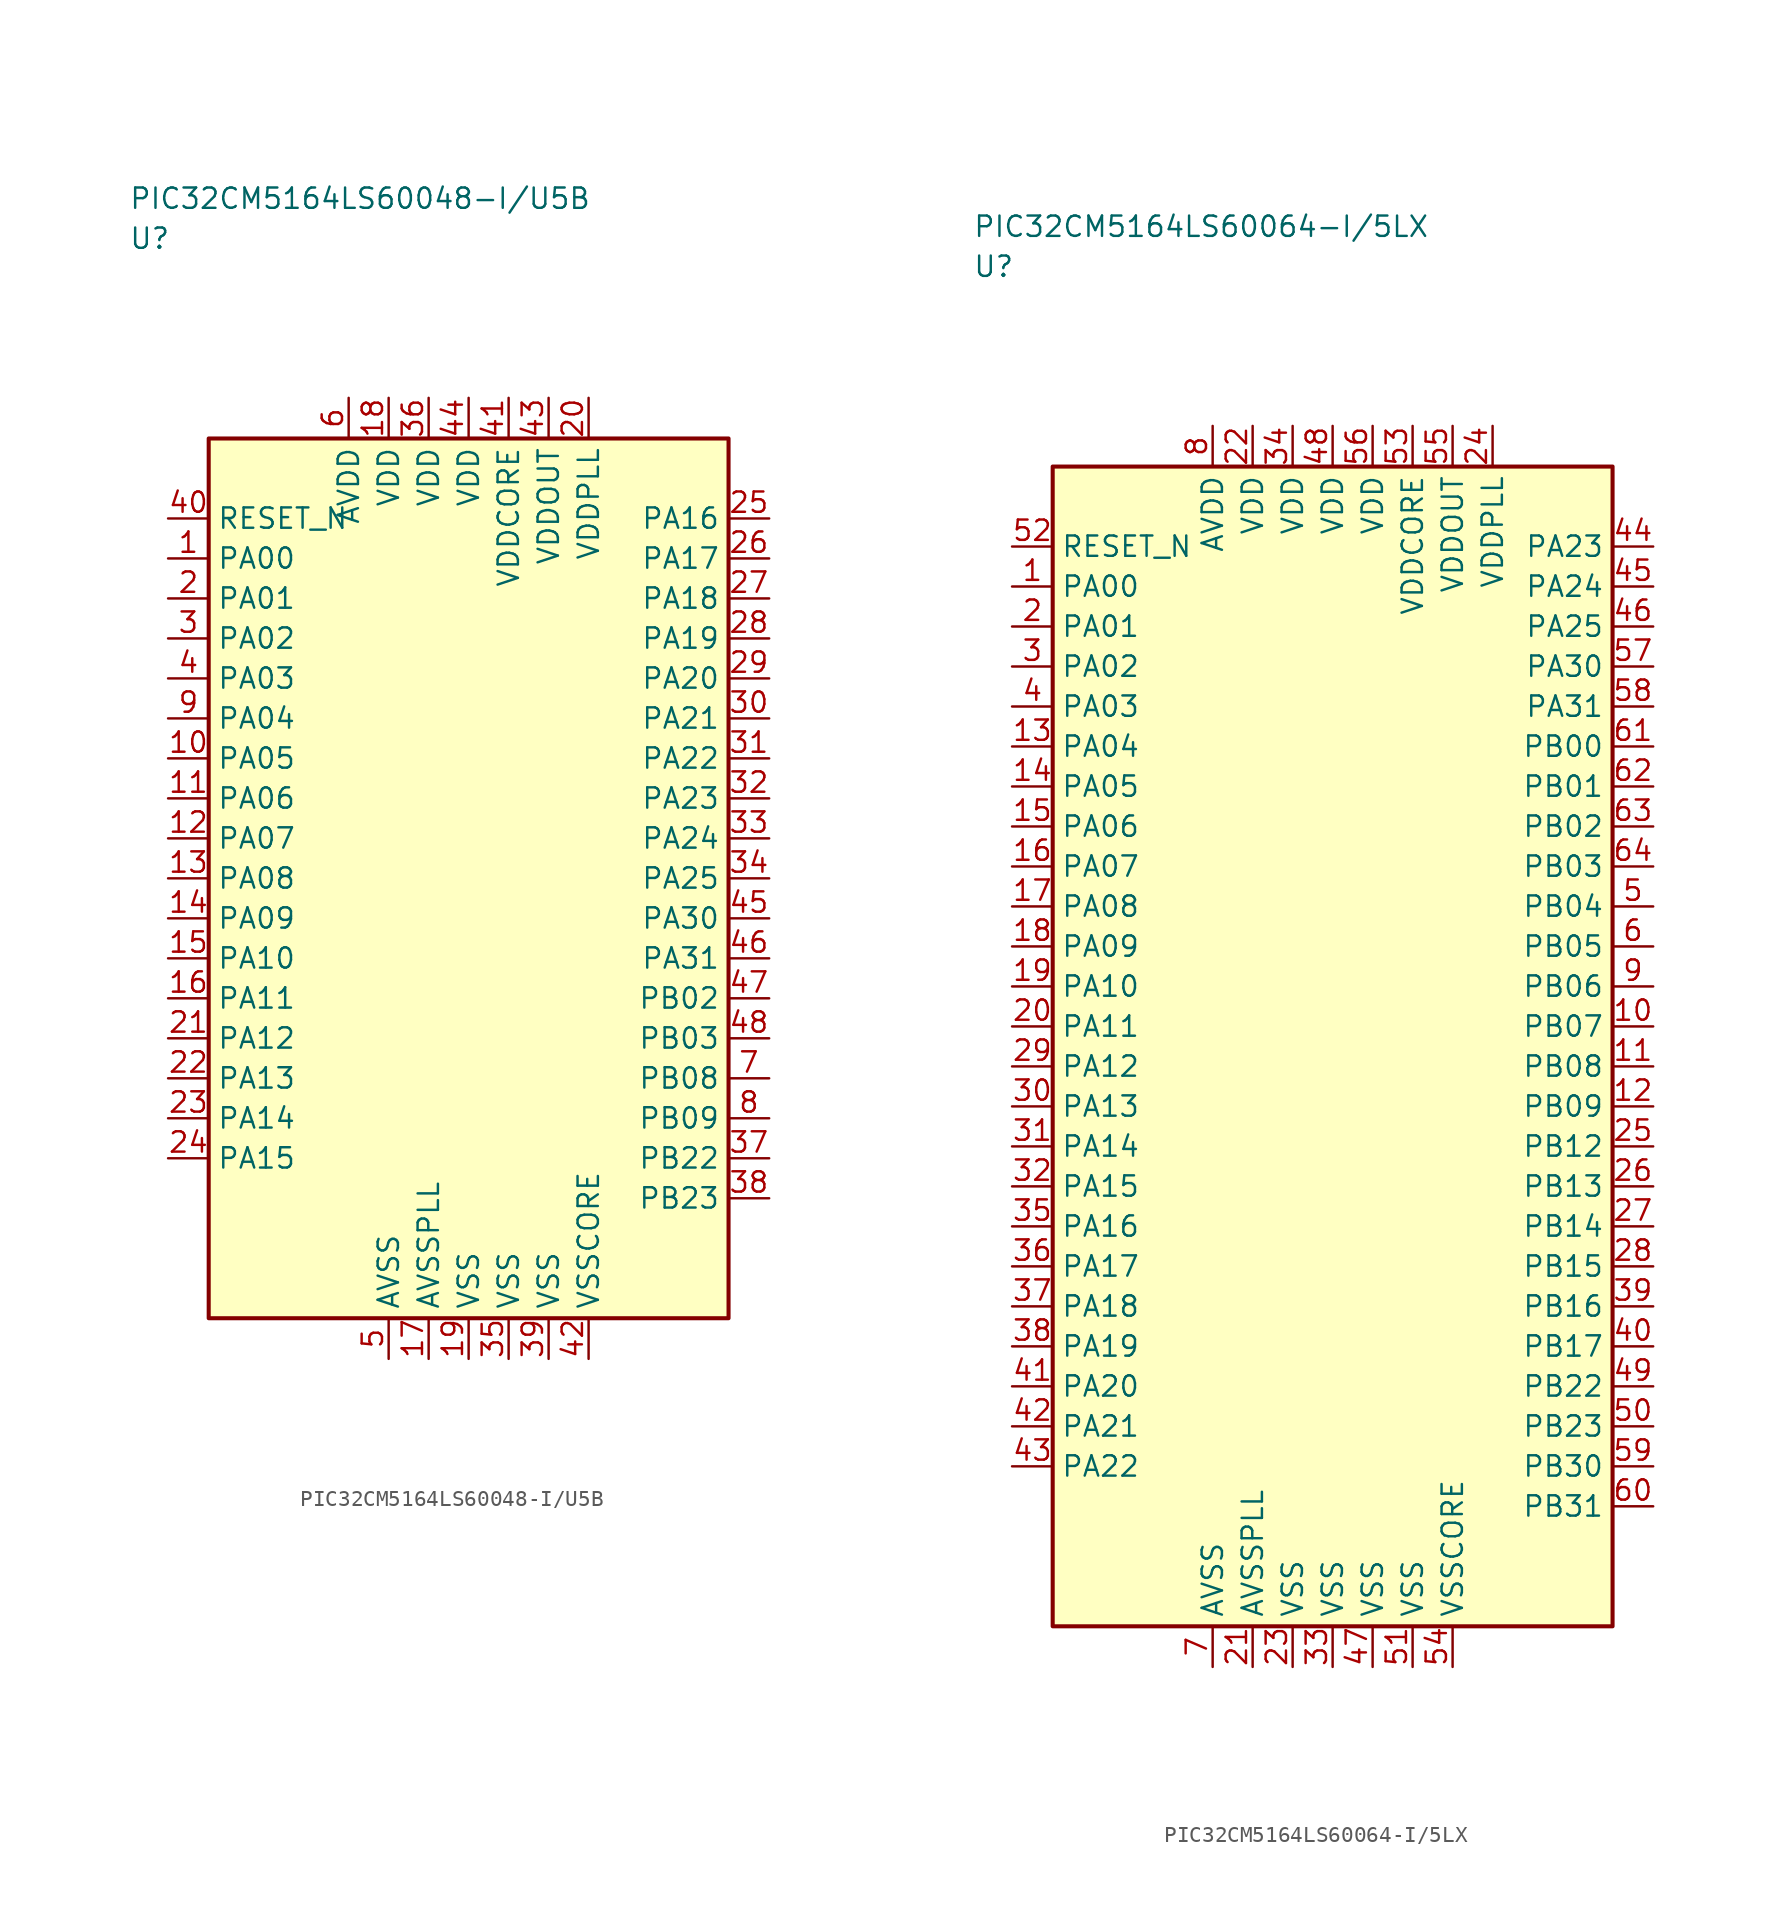
<source format=kicad_sym>
(kicad_symbol_lib
  (version 20241025)
  (generator "kicad_symbol_editor")
  (generator_version "8.0")
  (symbol "PIC32CM5164LS60048-I/U5B"
    (property "Reference" "U"
      (at -21.25 40.0 0)
      (effects (font (size 1.27 1.27)) (justify left)))
    (property "Value" "PIC32CM5164LS60048-I/U5B"
      (at -21.25 42.5 0)
      (effects (font (size 1.27 1.27)) (justify left)))
    (symbol "PIC32CM5164LS60048-I/U5B_0_1"
      (rectangle (start -16.25 27.5) (end 16.25 -27.5) (stroke (width 0.254) (type default)) (fill (type background))))
    (symbol "PIC32CM5164LS60048-I/U5B_1_1"
      (pin bidirectional line (at -18.79 20.0 0.0) (length 2.54) (name "PA00" (effects (font (size 1.27 1.27)))) (number "1" (effects (font (size 1.27 1.27)))))
      (pin bidirectional line (at -18.79 17.5 0.0) (length 2.54) (name "PA01" (effects (font (size 1.27 1.27)))) (number "2" (effects (font (size 1.27 1.27)))))
      (pin bidirectional line (at -18.79 15.0 0.0) (length 2.54) (name "PA02" (effects (font (size 1.27 1.27)))) (number "3" (effects (font (size 1.27 1.27)))))
      (pin bidirectional line (at -18.79 12.5 0.0) (length 2.54) (name "PA03" (effects (font (size 1.27 1.27)))) (number "4" (effects (font (size 1.27 1.27)))))
      (pin passive line (at -5.0 -30.04 90.0) (length 2.54) (name "AVSS" (effects (font (size 1.27 1.27)))) (number "5" (effects (font (size 1.27 1.27)))))
      (pin power_in line (at -7.5 30.04 270.0) (length 2.54) (name "AVDD" (effects (font (size 1.27 1.27)))) (number "6" (effects (font (size 1.27 1.27)))))
      (pin bidirectional line (at 18.79 -12.5 180.0) (length 2.54) (name "PB08" (effects (font (size 1.27 1.27)))) (number "7" (effects (font (size 1.27 1.27)))))
      (pin bidirectional line (at 18.79 -15.0 180.0) (length 2.54) (name "PB09" (effects (font (size 1.27 1.27)))) (number "8" (effects (font (size 1.27 1.27)))))
      (pin bidirectional line (at -18.79 10.0 0.0) (length 2.54) (name "PA04" (effects (font (size 1.27 1.27)))) (number "9" (effects (font (size 1.27 1.27)))))
      (pin bidirectional line (at -18.79 7.5 0.0) (length 2.54) (name "PA05" (effects (font (size 1.27 1.27)))) (number "10" (effects (font (size 1.27 1.27)))))
      (pin bidirectional line (at -18.79 5.0 0.0) (length 2.54) (name "PA06" (effects (font (size 1.27 1.27)))) (number "11" (effects (font (size 1.27 1.27)))))
      (pin bidirectional line (at -18.79 2.5 0.0) (length 2.54) (name "PA07" (effects (font (size 1.27 1.27)))) (number "12" (effects (font (size 1.27 1.27)))))
      (pin bidirectional line (at -18.79 0.0 0.0) (length 2.54) (name "PA08" (effects (font (size 1.27 1.27)))) (number "13" (effects (font (size 1.27 1.27)))))
      (pin bidirectional line (at -18.79 -2.5 0.0) (length 2.54) (name "PA09" (effects (font (size 1.27 1.27)))) (number "14" (effects (font (size 1.27 1.27)))))
      (pin bidirectional line (at -18.79 -5.0 0.0) (length 2.54) (name "PA10" (effects (font (size 1.27 1.27)))) (number "15" (effects (font (size 1.27 1.27)))))
      (pin bidirectional line (at -18.79 -7.5 0.0) (length 2.54) (name "PA11" (effects (font (size 1.27 1.27)))) (number "16" (effects (font (size 1.27 1.27)))))
      (pin passive line (at -2.5 -30.04 90.0) (length 2.54) (name "AVSSPLL" (effects (font (size 1.27 1.27)))) (number "17" (effects (font (size 1.27 1.27)))))
      (pin power_in line (at -5.0 30.04 270.0) (length 2.54) (name "VDD" (effects (font (size 1.27 1.27)))) (number "18" (effects (font (size 1.27 1.27)))))
      (pin passive line (at 0.0 -30.04 90.0) (length 2.54) (name "VSS" (effects (font (size 1.27 1.27)))) (number "19" (effects (font (size 1.27 1.27)))))
      (pin power_in line (at 7.5 30.04 270.0) (length 2.54) (name "VDDPLL" (effects (font (size 1.27 1.27)))) (number "20" (effects (font (size 1.27 1.27)))))
      (pin bidirectional line (at -18.79 -10.0 0.0) (length 2.54) (name "PA12" (effects (font (size 1.27 1.27)))) (number "21" (effects (font (size 1.27 1.27)))))
      (pin bidirectional line (at -18.79 -12.5 0.0) (length 2.54) (name "PA13" (effects (font (size 1.27 1.27)))) (number "22" (effects (font (size 1.27 1.27)))))
      (pin bidirectional line (at -18.79 -15.0 0.0) (length 2.54) (name "PA14" (effects (font (size 1.27 1.27)))) (number "23" (effects (font (size 1.27 1.27)))))
      (pin bidirectional line (at -18.79 -17.5 0.0) (length 2.54) (name "PA15" (effects (font (size 1.27 1.27)))) (number "24" (effects (font (size 1.27 1.27)))))
      (pin bidirectional line (at 18.79 22.5 180.0) (length 2.54) (name "PA16" (effects (font (size 1.27 1.27)))) (number "25" (effects (font (size 1.27 1.27)))))
      (pin bidirectional line (at 18.79 20.0 180.0) (length 2.54) (name "PA17" (effects (font (size 1.27 1.27)))) (number "26" (effects (font (size 1.27 1.27)))))
      (pin bidirectional line (at 18.79 17.5 180.0) (length 2.54) (name "PA18" (effects (font (size 1.27 1.27)))) (number "27" (effects (font (size 1.27 1.27)))))
      (pin bidirectional line (at 18.79 15.0 180.0) (length 2.54) (name "PA19" (effects (font (size 1.27 1.27)))) (number "28" (effects (font (size 1.27 1.27)))))
      (pin bidirectional line (at 18.79 12.5 180.0) (length 2.54) (name "PA20" (effects (font (size 1.27 1.27)))) (number "29" (effects (font (size 1.27 1.27)))))
      (pin bidirectional line (at 18.79 10.0 180.0) (length 2.54) (name "PA21" (effects (font (size 1.27 1.27)))) (number "30" (effects (font (size 1.27 1.27)))))
      (pin bidirectional line (at 18.79 7.5 180.0) (length 2.54) (name "PA22" (effects (font (size 1.27 1.27)))) (number "31" (effects (font (size 1.27 1.27)))))
      (pin bidirectional line (at 18.79 5.0 180.0) (length 2.54) (name "PA23" (effects (font (size 1.27 1.27)))) (number "32" (effects (font (size 1.27 1.27)))))
      (pin bidirectional line (at 18.79 2.5 180.0) (length 2.54) (name "PA24" (effects (font (size 1.27 1.27)))) (number "33" (effects (font (size 1.27 1.27)))))
      (pin bidirectional line (at 18.79 0.0 180.0) (length 2.54) (name "PA25" (effects (font (size 1.27 1.27)))) (number "34" (effects (font (size 1.27 1.27)))))
      (pin passive line (at 2.5 -30.04 90.0) (length 2.54) (name "VSS" (effects (font (size 1.27 1.27)))) (number "35" (effects (font (size 1.27 1.27)))))
      (pin power_in line (at -2.5 30.04 270.0) (length 2.54) (name "VDD" (effects (font (size 1.27 1.27)))) (number "36" (effects (font (size 1.27 1.27)))))
      (pin bidirectional line (at 18.79 -17.5 180.0) (length 2.54) (name "PB22" (effects (font (size 1.27 1.27)))) (number "37" (effects (font (size 1.27 1.27)))))
      (pin bidirectional line (at 18.79 -20.0 180.0) (length 2.54) (name "PB23" (effects (font (size 1.27 1.27)))) (number "38" (effects (font (size 1.27 1.27)))))
      (pin passive line (at 5.0 -30.04 90.0) (length 2.54) (name "VSS" (effects (font (size 1.27 1.27)))) (number "39" (effects (font (size 1.27 1.27)))))
      (pin input line (at -18.79 22.5 0.0) (length 2.54) (name "RESET_N" (effects (font (size 1.27 1.27)))) (number "40" (effects (font (size 1.27 1.27)))))
      (pin power_in line (at 2.5 30.04 270.0) (length 2.54) (name "VDDCORE" (effects (font (size 1.27 1.27)))) (number "41" (effects (font (size 1.27 1.27)))))
      (pin passive line (at 7.5 -30.04 90.0) (length 2.54) (name "VSSCORE" (effects (font (size 1.27 1.27)))) (number "42" (effects (font (size 1.27 1.27)))))
      (pin power_in line (at 5.0 30.04 270.0) (length 2.54) (name "VDDOUT" (effects (font (size 1.27 1.27)))) (number "43" (effects (font (size 1.27 1.27)))))
      (pin power_in line (at 0.0 30.04 270.0) (length 2.54) (name "VDD" (effects (font (size 1.27 1.27)))) (number "44" (effects (font (size 1.27 1.27)))))
      (pin bidirectional line (at 18.79 -2.5 180.0) (length 2.54) (name "PA30" (effects (font (size 1.27 1.27)))) (number "45" (effects (font (size 1.27 1.27)))))
      (pin bidirectional line (at 18.79 -5.0 180.0) (length 2.54) (name "PA31" (effects (font (size 1.27 1.27)))) (number "46" (effects (font (size 1.27 1.27)))))
      (pin bidirectional line (at 18.79 -7.5 180.0) (length 2.54) (name "PB02" (effects (font (size 1.27 1.27)))) (number "47" (effects (font (size 1.27 1.27)))))
      (pin bidirectional line (at 18.79 -10.0 180.0) (length 2.54) (name "PB03" (effects (font (size 1.27 1.27)))) (number "48" (effects (font (size 1.27 1.27)))))))
  (symbol "PIC32CM5164LS60064-I/5LX"
    (property "Reference" "U"
      (at -22.5 48.75 0)
      (effects (font (size 1.27 1.27)) (justify left)))
    (property "Value" "PIC32CM5164LS60064-I/5LX"
      (at -22.5 51.25 0)
      (effects (font (size 1.27 1.27)) (justify left)))
    (symbol "PIC32CM5164LS60064-I/5LX_0_1"
      (rectangle (start -17.5 36.25) (end 17.5 -36.25) (stroke (width 0.254) (type default)) (fill (type background))))
    (symbol "PIC32CM5164LS60064-I/5LX_1_1"
      (pin bidirectional line (at -20.04 28.75 0.0) (length 2.54) (name "PA00" (effects (font (size 1.27 1.27)))) (number "1" (effects (font (size 1.27 1.27)))))
      (pin bidirectional line (at -20.04 26.25 0.0) (length 2.54) (name "PA01" (effects (font (size 1.27 1.27)))) (number "2" (effects (font (size 1.27 1.27)))))
      (pin bidirectional line (at -20.04 23.75 0.0) (length 2.54) (name "PA02" (effects (font (size 1.27 1.27)))) (number "3" (effects (font (size 1.27 1.27)))))
      (pin bidirectional line (at -20.04 21.25 0.0) (length 2.54) (name "PA03" (effects (font (size 1.27 1.27)))) (number "4" (effects (font (size 1.27 1.27)))))
      (pin bidirectional line (at 20.04 8.75 180.0) (length 2.54) (name "PB04" (effects (font (size 1.27 1.27)))) (number "5" (effects (font (size 1.27 1.27)))))
      (pin bidirectional line (at 20.04 6.25 180.0) (length 2.54) (name "PB05" (effects (font (size 1.27 1.27)))) (number "6" (effects (font (size 1.27 1.27)))))
      (pin passive line (at -7.5 -38.79 90.0) (length 2.54) (name "AVSS" (effects (font (size 1.27 1.27)))) (number "7" (effects (font (size 1.27 1.27)))))
      (pin power_in line (at -7.5 38.79 270.0) (length 2.54) (name "AVDD" (effects (font (size 1.27 1.27)))) (number "8" (effects (font (size 1.27 1.27)))))
      (pin bidirectional line (at 20.04 3.75 180.0) (length 2.54) (name "PB06" (effects (font (size 1.27 1.27)))) (number "9" (effects (font (size 1.27 1.27)))))
      (pin bidirectional line (at 20.04 1.25 180.0) (length 2.54) (name "PB07" (effects (font (size 1.27 1.27)))) (number "10" (effects (font (size 1.27 1.27)))))
      (pin bidirectional line (at 20.04 -1.25 180.0) (length 2.54) (name "PB08" (effects (font (size 1.27 1.27)))) (number "11" (effects (font (size 1.27 1.27)))))
      (pin bidirectional line (at 20.04 -3.75 180.0) (length 2.54) (name "PB09" (effects (font (size 1.27 1.27)))) (number "12" (effects (font (size 1.27 1.27)))))
      (pin bidirectional line (at -20.04 18.75 0.0) (length 2.54) (name "PA04" (effects (font (size 1.27 1.27)))) (number "13" (effects (font (size 1.27 1.27)))))
      (pin bidirectional line (at -20.04 16.25 0.0) (length 2.54) (name "PA05" (effects (font (size 1.27 1.27)))) (number "14" (effects (font (size 1.27 1.27)))))
      (pin bidirectional line (at -20.04 13.75 0.0) (length 2.54) (name "PA06" (effects (font (size 1.27 1.27)))) (number "15" (effects (font (size 1.27 1.27)))))
      (pin bidirectional line (at -20.04 11.25 0.0) (length 2.54) (name "PA07" (effects (font (size 1.27 1.27)))) (number "16" (effects (font (size 1.27 1.27)))))
      (pin bidirectional line (at -20.04 8.75 0.0) (length 2.54) (name "PA08" (effects (font (size 1.27 1.27)))) (number "17" (effects (font (size 1.27 1.27)))))
      (pin bidirectional line (at -20.04 6.25 0.0) (length 2.54) (name "PA09" (effects (font (size 1.27 1.27)))) (number "18" (effects (font (size 1.27 1.27)))))
      (pin bidirectional line (at -20.04 3.75 0.0) (length 2.54) (name "PA10" (effects (font (size 1.27 1.27)))) (number "19" (effects (font (size 1.27 1.27)))))
      (pin bidirectional line (at -20.04 1.25 0.0) (length 2.54) (name "PA11" (effects (font (size 1.27 1.27)))) (number "20" (effects (font (size 1.27 1.27)))))
      (pin passive line (at -5.0 -38.79 90.0) (length 2.54) (name "AVSSPLL" (effects (font (size 1.27 1.27)))) (number "21" (effects (font (size 1.27 1.27)))))
      (pin power_in line (at -5.0 38.79 270.0) (length 2.54) (name "VDD" (effects (font (size 1.27 1.27)))) (number "22" (effects (font (size 1.27 1.27)))))
      (pin passive line (at -2.5 -38.79 90.0) (length 2.54) (name "VSS" (effects (font (size 1.27 1.27)))) (number "23" (effects (font (size 1.27 1.27)))))
      (pin power_in line (at 10.0 38.79 270.0) (length 2.54) (name "VDDPLL" (effects (font (size 1.27 1.27)))) (number "24" (effects (font (size 1.27 1.27)))))
      (pin bidirectional line (at 20.04 -6.25 180.0) (length 2.54) (name "PB12" (effects (font (size 1.27 1.27)))) (number "25" (effects (font (size 1.27 1.27)))))
      (pin bidirectional line (at 20.04 -8.75 180.0) (length 2.54) (name "PB13" (effects (font (size 1.27 1.27)))) (number "26" (effects (font (size 1.27 1.27)))))
      (pin bidirectional line (at 20.04 -11.25 180.0) (length 2.54) (name "PB14" (effects (font (size 1.27 1.27)))) (number "27" (effects (font (size 1.27 1.27)))))
      (pin bidirectional line (at 20.04 -13.75 180.0) (length 2.54) (name "PB15" (effects (font (size 1.27 1.27)))) (number "28" (effects (font (size 1.27 1.27)))))
      (pin bidirectional line (at -20.04 -1.25 0.0) (length 2.54) (name "PA12" (effects (font (size 1.27 1.27)))) (number "29" (effects (font (size 1.27 1.27)))))
      (pin bidirectional line (at -20.04 -3.75 0.0) (length 2.54) (name "PA13" (effects (font (size 1.27 1.27)))) (number "30" (effects (font (size 1.27 1.27)))))
      (pin bidirectional line (at -20.04 -6.25 0.0) (length 2.54) (name "PA14" (effects (font (size 1.27 1.27)))) (number "31" (effects (font (size 1.27 1.27)))))
      (pin bidirectional line (at -20.04 -8.75 0.0) (length 2.54) (name "PA15" (effects (font (size 1.27 1.27)))) (number "32" (effects (font (size 1.27 1.27)))))
      (pin passive line (at 0.0 -38.79 90.0) (length 2.54) (name "VSS" (effects (font (size 1.27 1.27)))) (number "33" (effects (font (size 1.27 1.27)))))
      (pin power_in line (at -2.5 38.79 270.0) (length 2.54) (name "VDD" (effects (font (size 1.27 1.27)))) (number "34" (effects (font (size 1.27 1.27)))))
      (pin bidirectional line (at -20.04 -11.25 0.0) (length 2.54) (name "PA16" (effects (font (size 1.27 1.27)))) (number "35" (effects (font (size 1.27 1.27)))))
      (pin bidirectional line (at -20.04 -13.75 0.0) (length 2.54) (name "PA17" (effects (font (size 1.27 1.27)))) (number "36" (effects (font (size 1.27 1.27)))))
      (pin bidirectional line (at -20.04 -16.25 0.0) (length 2.54) (name "PA18" (effects (font (size 1.27 1.27)))) (number "37" (effects (font (size 1.27 1.27)))))
      (pin bidirectional line (at -20.04 -18.75 0.0) (length 2.54) (name "PA19" (effects (font (size 1.27 1.27)))) (number "38" (effects (font (size 1.27 1.27)))))
      (pin bidirectional line (at 20.04 -16.25 180.0) (length 2.54) (name "PB16" (effects (font (size 1.27 1.27)))) (number "39" (effects (font (size 1.27 1.27)))))
      (pin bidirectional line (at 20.04 -18.75 180.0) (length 2.54) (name "PB17" (effects (font (size 1.27 1.27)))) (number "40" (effects (font (size 1.27 1.27)))))
      (pin bidirectional line (at -20.04 -21.25 0.0) (length 2.54) (name "PA20" (effects (font (size 1.27 1.27)))) (number "41" (effects (font (size 1.27 1.27)))))
      (pin bidirectional line (at -20.04 -23.75 0.0) (length 2.54) (name "PA21" (effects (font (size 1.27 1.27)))) (number "42" (effects (font (size 1.27 1.27)))))
      (pin bidirectional line (at -20.04 -26.25 0.0) (length 2.54) (name "PA22" (effects (font (size 1.27 1.27)))) (number "43" (effects (font (size 1.27 1.27)))))
      (pin bidirectional line (at 20.04 31.25 180.0) (length 2.54) (name "PA23" (effects (font (size 1.27 1.27)))) (number "44" (effects (font (size 1.27 1.27)))))
      (pin bidirectional line (at 20.04 28.75 180.0) (length 2.54) (name "PA24" (effects (font (size 1.27 1.27)))) (number "45" (effects (font (size 1.27 1.27)))))
      (pin bidirectional line (at 20.04 26.25 180.0) (length 2.54) (name "PA25" (effects (font (size 1.27 1.27)))) (number "46" (effects (font (size 1.27 1.27)))))
      (pin passive line (at 2.5 -38.79 90.0) (length 2.54) (name "VSS" (effects (font (size 1.27 1.27)))) (number "47" (effects (font (size 1.27 1.27)))))
      (pin power_in line (at 0.0 38.79 270.0) (length 2.54) (name "VDD" (effects (font (size 1.27 1.27)))) (number "48" (effects (font (size 1.27 1.27)))))
      (pin bidirectional line (at 20.04 -21.25 180.0) (length 2.54) (name "PB22" (effects (font (size 1.27 1.27)))) (number "49" (effects (font (size 1.27 1.27)))))
      (pin bidirectional line (at 20.04 -23.75 180.0) (length 2.54) (name "PB23" (effects (font (size 1.27 1.27)))) (number "50" (effects (font (size 1.27 1.27)))))
      (pin passive line (at 5.0 -38.79 90.0) (length 2.54) (name "VSS" (effects (font (size 1.27 1.27)))) (number "51" (effects (font (size 1.27 1.27)))))
      (pin input line (at -20.04 31.25 0.0) (length 2.54) (name "RESET_N" (effects (font (size 1.27 1.27)))) (number "52" (effects (font (size 1.27 1.27)))))
      (pin power_in line (at 5.0 38.79 270.0) (length 2.54) (name "VDDCORE" (effects (font (size 1.27 1.27)))) (number "53" (effects (font (size 1.27 1.27)))))
      (pin passive line (at 7.5 -38.79 90.0) (length 2.54) (name "VSSCORE" (effects (font (size 1.27 1.27)))) (number "54" (effects (font (size 1.27 1.27)))))
      (pin power_in line (at 7.5 38.79 270.0) (length 2.54) (name "VDDOUT" (effects (font (size 1.27 1.27)))) (number "55" (effects (font (size 1.27 1.27)))))
      (pin power_in line (at 2.5 38.79 270.0) (length 2.54) (name "VDD" (effects (font (size 1.27 1.27)))) (number "56" (effects (font (size 1.27 1.27)))))
      (pin bidirectional line (at 20.04 23.75 180.0) (length 2.54) (name "PA30" (effects (font (size 1.27 1.27)))) (number "57" (effects (font (size 1.27 1.27)))))
      (pin bidirectional line (at 20.04 21.25 180.0) (length 2.54) (name "PA31" (effects (font (size 1.27 1.27)))) (number "58" (effects (font (size 1.27 1.27)))))
      (pin bidirectional line (at 20.04 -26.25 180.0) (length 2.54) (name "PB30" (effects (font (size 1.27 1.27)))) (number "59" (effects (font (size 1.27 1.27)))))
      (pin bidirectional line (at 20.04 -28.75 180.0) (length 2.54) (name "PB31" (effects (font (size 1.27 1.27)))) (number "60" (effects (font (size 1.27 1.27)))))
      (pin bidirectional line (at 20.04 18.75 180.0) (length 2.54) (name "PB00" (effects (font (size 1.27 1.27)))) (number "61" (effects (font (size 1.27 1.27)))))
      (pin bidirectional line (at 20.04 16.25 180.0) (length 2.54) (name "PB01" (effects (font (size 1.27 1.27)))) (number "62" (effects (font (size 1.27 1.27)))))
      (pin bidirectional line (at 20.04 13.75 180.0) (length 2.54) (name "PB02" (effects (font (size 1.27 1.27)))) (number "63" (effects (font (size 1.27 1.27)))))
      (pin bidirectional line (at 20.04 11.25 180.0) (length 2.54) (name "PB03" (effects (font (size 1.27 1.27)))) (number "64" (effects (font (size 1.27 1.27))))))))
</source>
